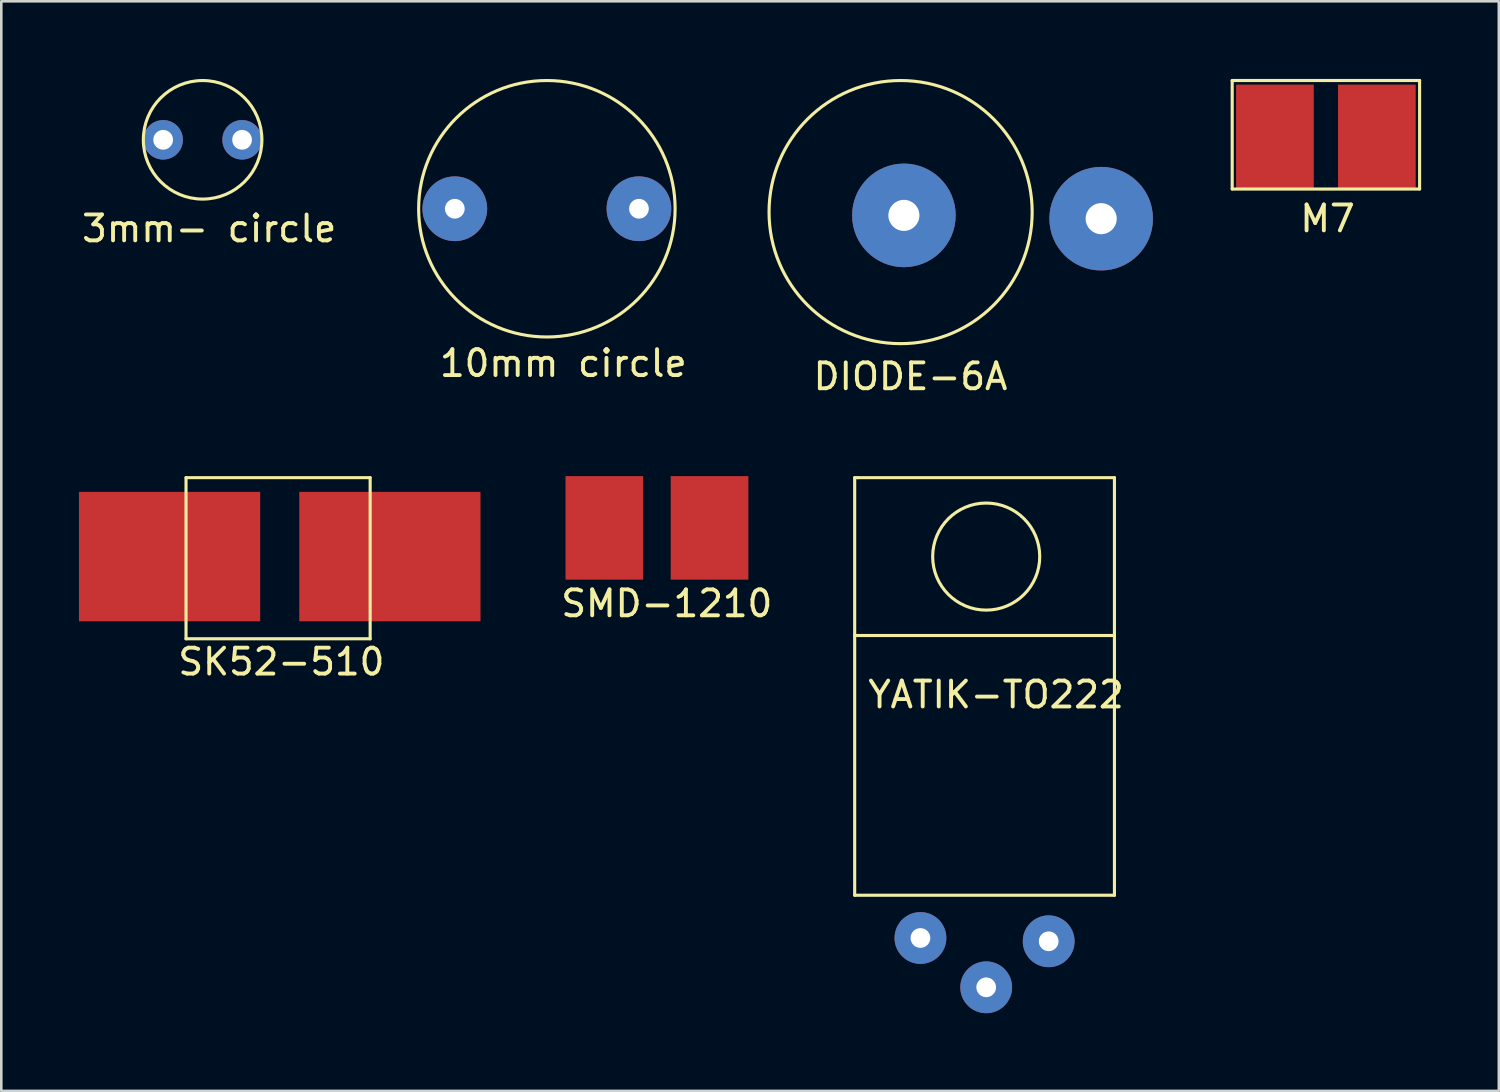
<source format=kicad_pcb>
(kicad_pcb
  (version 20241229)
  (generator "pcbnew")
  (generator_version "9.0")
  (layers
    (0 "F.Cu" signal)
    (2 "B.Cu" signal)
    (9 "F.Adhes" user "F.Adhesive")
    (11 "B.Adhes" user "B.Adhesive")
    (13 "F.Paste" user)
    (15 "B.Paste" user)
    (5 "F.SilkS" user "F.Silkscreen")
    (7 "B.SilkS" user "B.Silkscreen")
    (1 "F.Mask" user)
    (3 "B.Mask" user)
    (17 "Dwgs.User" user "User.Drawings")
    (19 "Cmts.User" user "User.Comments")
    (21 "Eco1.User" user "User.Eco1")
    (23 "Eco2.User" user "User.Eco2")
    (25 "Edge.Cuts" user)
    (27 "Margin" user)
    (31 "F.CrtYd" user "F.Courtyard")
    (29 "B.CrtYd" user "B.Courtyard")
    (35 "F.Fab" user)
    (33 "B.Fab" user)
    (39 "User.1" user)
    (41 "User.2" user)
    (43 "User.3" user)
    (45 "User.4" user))
  (footprint "SMD-1210"
    (layer "F.Cu")
    (at 22.451 17.467)
    (property "Reference" "SMD-1210" (at 0.254 2.794 0) (layer "F.SilkS") (effects (font (size 1 1) (thickness 0.15))))
    (attr through_hole)
    (pad "1" smd rect (at -2.159 -0.127) (size 3 4) (layers "F.Cu" "F.Mask" "F.Paste"))
    (pad "2" smd rect (at 1.905 -0.127) (size 3 4) (layers "F.Cu" "F.Mask" "F.Paste")))
  (footprint "YATIK-TO222"
    (layer "F.Cu")
    (at 34.915 26.195)
    (property "Reference" "YATIK-TO222" (at 0.508 -2.413 0) (layer "F.SilkS") (effects (font (size 1 1) (thickness 0.15))))
    (attr through_hole)
    (fp_line (start -4.953 -10.795) (end -4.953 5.334) (stroke (width 0.12) (type solid)) (layer "F.SilkS"))
    (fp_line (start -4.953 5.334) (end 5.08 5.334) (stroke (width 0.12) (type solid)) (layer "F.SilkS"))
    (fp_line (start -4.826 -10.795) (end -4.953 -10.795) (stroke (width 0.12) (type solid)) (layer "F.SilkS"))
    (fp_line (start 5.08 -10.795) (end -4.826 -10.795) (stroke (width 0.12) (type solid)) (layer "F.SilkS"))
    (fp_line (start 5.08 -4.699) (end -4.953 -4.699) (stroke (width 0.12) (type solid)) (layer "F.SilkS"))
    (fp_line (start 5.08 5.334) (end 5.08 -10.795) (stroke (width 0.12) (type solid)) (layer "F.SilkS"))
    (fp_circle (center 0.127 -7.747) (end 1.651 -9.144) (stroke (width 0.12) (type solid)) (fill no) (layer "F.SilkS"))
    (pad "1" thru_hole circle (at -2.413 6.985) (size 2 2) (drill 0.762) (layers "*.Cu" "*.Mask"))
    (pad "2" thru_hole circle (at 0.127 8.89) (size 2 2) (drill 0.762) (layers "*.Cu" "*.Mask"))
    (pad "3" thru_hole circle (at 2.54 7.112) (size 2 2) (drill 0.762) (layers "*.Cu" "*.Mask")))
  (footprint "DIODE-6A"
    (layer "F.Cu")
    (at 31.736 5.142)
    (property "Reference" "DIODE-6A" (at 0.381 6.35 0) (layer "F.SilkS") (effects (font (size 1 1) (thickness 0.15))))
    (attr through_hole)
    (fp_circle (center 0 0) (end 5.08 -0.127) (stroke (width 0.12) (type solid)) (fill no) (layer "F.SilkS"))
    (pad "1" thru_hole circle (at 0.127 0.127) (size 4 4) (drill 1.2) (layers "*.Cu" "*.Mask"))
    (pad "2" thru_hole circle (at 7.747 0.254) (size 4 4) (drill 1.2) (layers "*.Cu" "*.Mask")))
  (footprint "3mm- circle"
    (layer "F.Cu")
    (at 3.379 2.35)
    (property "Reference" "3mm- circle" (at 1.651 3.429 0) (layer "F.SilkS") (effects (font (size 1 1) (thickness 0.15))))
    (attr through_hole)
    (fp_circle (center 1.397 0) (end 3.683 0.127) (stroke (width 0.12) (type solid)) (fill no) (layer "F.SilkS"))
    (pad "1" thru_hole circle (at -0.127 0) (size 1.524 1.524) (drill 0.762) (layers "*.Cu" "*.Mask"))
    (pad "2" thru_hole circle (at 2.921 0) (size 1.524 1.524) (drill 0.762) (layers "*.Cu" "*.Mask")))
  (footprint "10mm circle"
    (layer "F.Cu")
    (at 18.327 5.013)
    (property "Reference" "10mm circle" (at 0.381 5.969 0) (layer "F.SilkS") (effects (font (size 1 1) (thickness 0.15))))
    (attr through_hole)
    (fp_circle (center -0.254 0) (end 4.699 0) (stroke (width 0.12) (type solid)) (fill no) (layer "F.SilkS"))
    (pad "1" thru_hole circle (at -3.81 0) (size 2.5 2.5) (drill 0.762) (layers "*.Cu" "*.Mask"))
    (pad "2" thru_hole circle (at 3.302 0) (size 2.5 2.5) (drill 0.762) (layers "*.Cu" "*.Mask")))
  (footprint "SK52-510"
    (layer "F.Cu")
    (at 7.691 18.321)
    (property "Reference" "SK52-510" (at 0.127 4.191 0) (layer "F.SilkS") (effects (font (size 1 1) (thickness 0.15))))
    (attr through_hole)
    (fp_line (start -3.556 -2.921) (end -3.556 3.302) (stroke (width 0.12) (type solid)) (layer "F.SilkS"))
    (fp_line (start -3.556 3.302) (end 3.556 3.302) (stroke (width 0.12) (type solid)) (layer "F.SilkS"))
    (fp_line (start 3.556 -2.921) (end -3.556 -2.921) (stroke (width 0.12) (type solid)) (layer "F.SilkS"))
    (fp_line (start 3.556 3.302) (end 3.556 -2.921) (stroke (width 0.12) (type solid)) (layer "F.SilkS"))
    (pad "1" smd rect (at -4.191 0.127) (size 7 5) (layers "F.Cu" "F.Mask" "F.Paste"))
    (pad "2" smd rect (at 4.318 0.127) (size 7 5) (layers "F.Cu" "F.Mask" "F.Paste")))
  (footprint "M7"
    (layer "F.Cu")
    (at 48.099 2.219)
    (property "Reference" "M7" (at 0.127 3.175 0) (layer "F.SilkS") (effects (font (size 1 1) (thickness 0.15))))
    (attr through_hole)
    (fp_line (start -3.556 -2.159) (end -3.556 2.032) (stroke (width 0.12) (type solid)) (layer "F.SilkS"))
    (fp_line (start -3.556 2.032) (end 3.683 2.032) (stroke (width 0.12) (type solid)) (layer "F.SilkS"))
    (fp_line (start -3.429 -2.159) (end -3.556 -2.159) (stroke (width 0.12) (type solid)) (layer "F.SilkS"))
    (fp_line (start 3.683 -2.159) (end -3.429 -2.159) (stroke (width 0.12) (type solid)) (layer "F.SilkS"))
    (fp_line (start 3.683 2.032) (end 3.683 -2.159) (stroke (width 0.12) (type solid)) (layer "F.SilkS"))
    (pad "1" smd rect (at -1.905 0) (size 3 4) (layers "F.Cu" "F.Mask" "F.Paste"))
    (pad "2" smd rect (at 2.032 0) (size 3 4) (layers "F.Cu" "F.Mask" "F.Paste")))
  (gr_rect
    (start -3 -3)
    (end 54.842 39.085)
    (stroke (width 0.1) (type default))
    (fill no)
    (layer "Edge.Cuts")))
</source>
